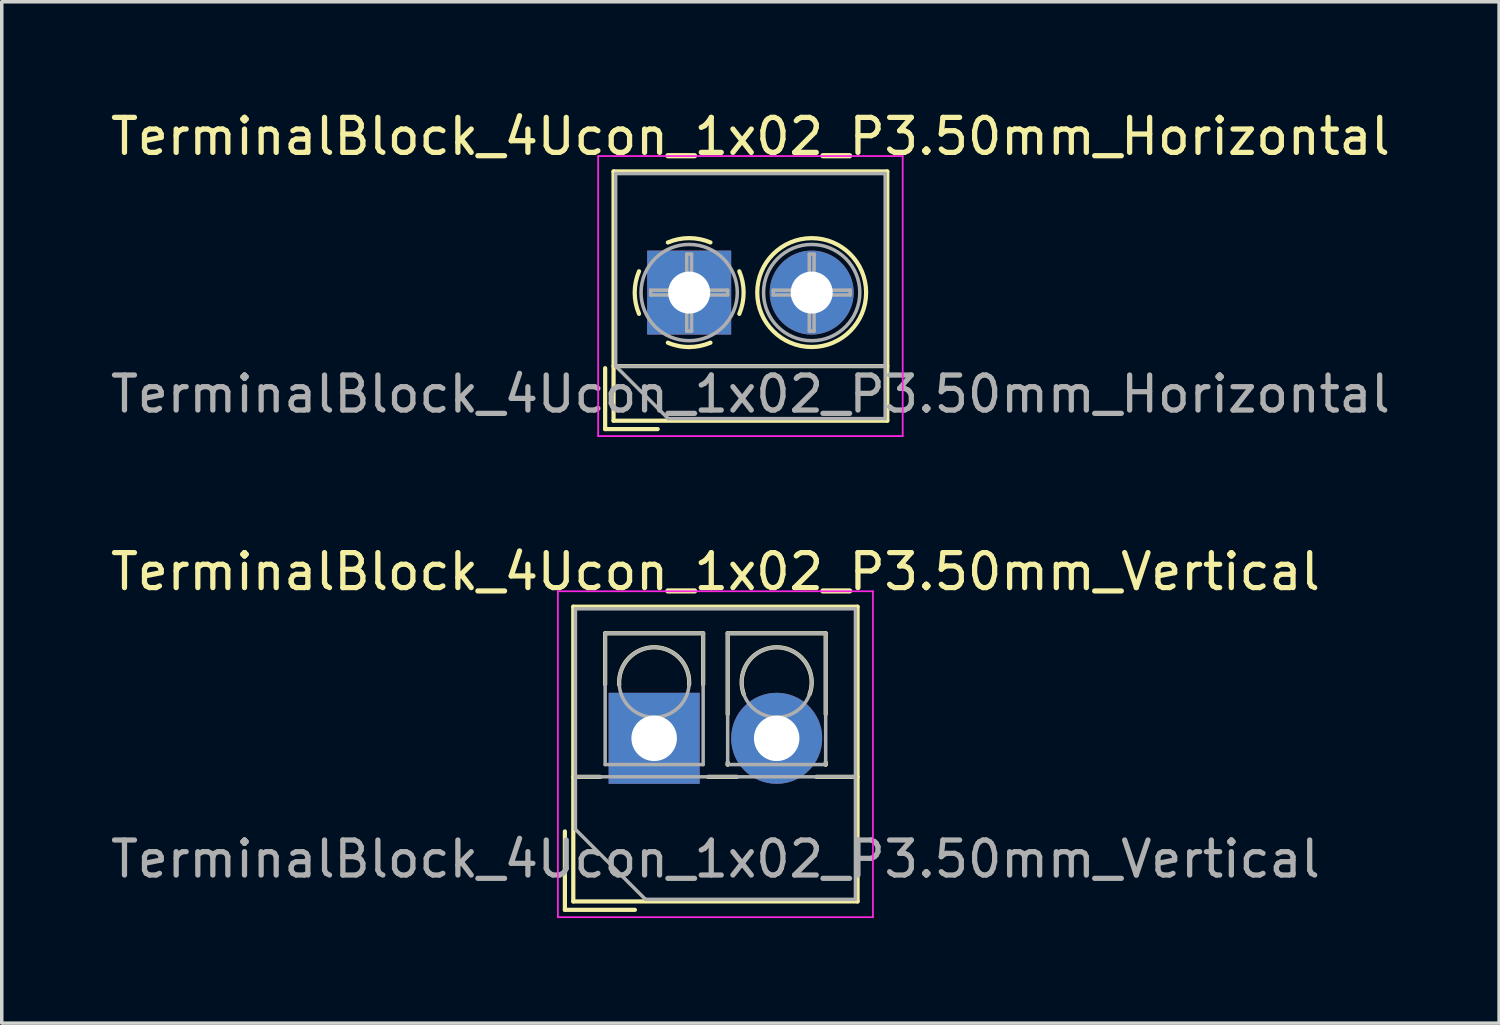
<source format=kicad_pcb>
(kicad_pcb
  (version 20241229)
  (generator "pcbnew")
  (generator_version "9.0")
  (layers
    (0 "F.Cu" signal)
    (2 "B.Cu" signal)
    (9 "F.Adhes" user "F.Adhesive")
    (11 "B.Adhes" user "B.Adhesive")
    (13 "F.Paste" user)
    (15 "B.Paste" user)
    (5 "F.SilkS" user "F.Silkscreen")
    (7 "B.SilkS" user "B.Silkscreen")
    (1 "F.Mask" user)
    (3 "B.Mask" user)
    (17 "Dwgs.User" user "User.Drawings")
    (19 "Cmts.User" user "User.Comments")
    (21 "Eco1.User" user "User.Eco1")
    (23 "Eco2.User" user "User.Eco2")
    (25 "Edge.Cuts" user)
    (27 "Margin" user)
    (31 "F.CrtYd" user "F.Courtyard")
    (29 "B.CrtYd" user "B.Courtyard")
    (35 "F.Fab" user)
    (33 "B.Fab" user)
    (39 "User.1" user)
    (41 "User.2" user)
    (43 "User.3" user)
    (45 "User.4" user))
  (footprint "TerminalBlock_4Ucon_1x02_P3.50mm_Horizontal"
    (layer "F.Cu")
    (at 16.637 5.308)
    (property "Reference" "TerminalBlock_4Ucon_1x02_P3.50mm_Horizontal" (at 1.75 -4.46 0) (layer "F.SilkS") (effects (font (size 1 1) (thickness 0.15))))
    (attr through_hole)
    (fp_line (start -2.4 2.16) (end -2.4 3.9) (stroke (width 0.12) (type solid)) (layer "F.SilkS"))
    (fp_line (start -2.4 3.9) (end -0.9 3.9) (stroke (width 0.12) (type solid)) (layer "F.SilkS"))
    (fp_line (start -2.16 -3.46) (end -2.16 3.66) (stroke (width 0.12) (type solid)) (layer "F.SilkS"))
    (fp_line (start -2.16 -3.46) (end 5.66 -3.46) (stroke (width 0.12) (type solid)) (layer "F.SilkS"))
    (fp_line (start -2.16 2.1) (end 5.66 2.1) (stroke (width 0.12) (type solid)) (layer "F.SilkS"))
    (fp_line (start -2.16 3.66) (end 5.66 3.66) (stroke (width 0.12) (type solid)) (layer "F.SilkS"))
    (fp_line (start 5.66 -3.46) (end 5.66 3.66) (stroke (width 0.12) (type solid)) (layer "F.SilkS"))
    (fp_arc (start -1.432109 0.607742) (mid -1.555727 -0.00014) (end -1.432 -0.608) (stroke (width 0.12) (type solid)) (layer "F.SilkS"))
    (fp_arc (start -0.607742 -1.432109) (mid 0.00014 -1.555727) (end 0.608 -1.432) (stroke (width 0.12) (type solid)) (layer "F.SilkS"))
    (fp_arc (start 0.027011 1.555493) (mid -0.296984 1.527118) (end -0.608 1.432) (stroke (width 0.12) (type solid)) (layer "F.SilkS"))
    (fp_arc (start 0.607587 1.431385) (mid 0.310017 1.523783) (end 0 1.555) (stroke (width 0.12) (type solid)) (layer "F.SilkS"))
    (fp_arc (start 1.432109 -0.607742) (mid 1.555727 0.00014) (end 1.432 0.608) (stroke (width 0.12) (type solid)) (layer "F.SilkS"))
    (fp_circle (center 3.5 0) (end 5.055 0) (stroke (width 0.12) (type solid)) (fill no) (layer "F.SilkS"))
    (fp_line (start -2.6 -3.9) (end -2.6 4.1) (stroke (width 0.05) (type solid)) (layer "F.CrtYd"))
    (fp_line (start -2.6 4.1) (end 6.1 4.1) (stroke (width 0.05) (type solid)) (layer "F.CrtYd"))
    (fp_line (start 6.1 -3.9) (end -2.6 -3.9) (stroke (width 0.05) (type solid)) (layer "F.CrtYd"))
    (fp_line (start 6.1 4.1) (end 6.1 -3.9) (stroke (width 0.05) (type solid)) (layer "F.CrtYd"))
    (fp_line (start -2.1 -3.4) (end 5.6 -3.4) (stroke (width 0.1) (type solid)) (layer "F.Fab"))
    (fp_line (start -2.1 2.1) (end -2.1 -3.4) (stroke (width 0.1) (type solid)) (layer "F.Fab"))
    (fp_line (start -2.1 2.1) (end 5.6 2.1) (stroke (width 0.1) (type solid)) (layer "F.Fab"))
    (fp_line (start -1.1 -0.069) (end -0.069 -0.069) (stroke (width 0.1) (type solid)) (layer "F.Fab"))
    (fp_line (start -1.1 0.069) (end -1.1 -0.069) (stroke (width 0.1) (type solid)) (layer "F.Fab"))
    (fp_line (start -0.6 3.6) (end -2.1 2.1) (stroke (width 0.1) (type solid)) (layer "F.Fab"))
    (fp_line (start -0.069 -1.1) (end 0.069 -1.1) (stroke (width 0.1) (type solid)) (layer "F.Fab"))
    (fp_line (start -0.069 -0.069) (end -0.069 -1.1) (stroke (width 0.1) (type solid)) (layer "F.Fab"))
    (fp_line (start -0.069 0.069) (end -1.1 0.069) (stroke (width 0.1) (type solid)) (layer "F.Fab"))
    (fp_line (start -0.069 1.1) (end -0.069 0.069) (stroke (width 0.1) (type solid)) (layer "F.Fab"))
    (fp_line (start 0.069 -1.1) (end 0.069 -0.069) (stroke (width 0.1) (type solid)) (layer "F.Fab"))
    (fp_line (start 0.069 -0.069) (end 1.1 -0.069) (stroke (width 0.1) (type solid)) (layer "F.Fab"))
    (fp_line (start 0.069 0.069) (end 0.069 1.1) (stroke (width 0.1) (type solid)) (layer "F.Fab"))
    (fp_line (start 0.069 1.1) (end -0.069 1.1) (stroke (width 0.1) (type solid)) (layer "F.Fab"))
    (fp_line (start 1.1 -0.069) (end 1.1 0.069) (stroke (width 0.1) (type solid)) (layer "F.Fab"))
    (fp_line (start 1.1 0.069) (end 0.069 0.069) (stroke (width 0.1) (type solid)) (layer "F.Fab"))
    (fp_line (start 2.4 -0.069) (end 3.431 -0.069) (stroke (width 0.1) (type solid)) (layer "F.Fab"))
    (fp_line (start 2.4 0.069) (end 2.4 -0.069) (stroke (width 0.1) (type solid)) (layer "F.Fab"))
    (fp_line (start 3.431 -1.1) (end 3.569 -1.1) (stroke (width 0.1) (type solid)) (layer "F.Fab"))
    (fp_line (start 3.431 -0.069) (end 3.431 -1.1) (stroke (width 0.1) (type solid)) (layer "F.Fab"))
    (fp_line (start 3.431 0.069) (end 2.4 0.069) (stroke (width 0.1) (type solid)) (layer "F.Fab"))
    (fp_line (start 3.431 1.1) (end 3.431 0.069) (stroke (width 0.1) (type solid)) (layer "F.Fab"))
    (fp_line (start 3.569 -1.1) (end 3.569 -0.069) (stroke (width 0.1) (type solid)) (layer "F.Fab"))
    (fp_line (start 3.569 -0.069) (end 4.6 -0.069) (stroke (width 0.1) (type solid)) (layer "F.Fab"))
    (fp_line (start 3.569 0.069) (end 3.569 1.1) (stroke (width 0.1) (type solid)) (layer "F.Fab"))
    (fp_line (start 3.569 1.1) (end 3.431 1.1) (stroke (width 0.1) (type solid)) (layer "F.Fab"))
    (fp_line (start 4.6 -0.069) (end 4.6 0.069) (stroke (width 0.1) (type solid)) (layer "F.Fab"))
    (fp_line (start 4.6 0.069) (end 3.569 0.069) (stroke (width 0.1) (type solid)) (layer "F.Fab"))
    (fp_line (start 5.6 -3.4) (end 5.6 3.6) (stroke (width 0.1) (type solid)) (layer "F.Fab"))
    (fp_line (start 5.6 3.6) (end -0.6 3.6) (stroke (width 0.1) (type solid)) (layer "F.Fab"))
    (fp_circle (center 0 0) (end 1.375 0) (stroke (width 0.1) (type solid)) (fill no) (layer "F.Fab"))
    (fp_circle (center 3.5 0) (end 4.875 0) (stroke (width 0.1) (type solid)) (fill no) (layer "F.Fab"))
    (fp_text user "${REFERENCE}" (at 1.75 2.9 0) (layer "F.Fab") (effects (font (size 1 1) (thickness 0.15))))
    (pad "1" thru_hole rect (at 0 0) (size 2.4 2.4) (drill 1.2) (layers "*.Cu" "*.Mask"))
    (pad "2" thru_hole circle (at 3.5 0) (size 2.4 2.4) (drill 1.2) (layers "*.Cu" "*.Mask")))
  (footprint "TerminalBlock_4Ucon_1x02_P3.50mm_Vertical"
    (layer "F.Cu")
    (at 15.637 18.041)
    (property "Reference" "TerminalBlock_4Ucon_1x02_P3.50mm_Vertical" (at 1.75 -4.76 0) (layer "F.SilkS") (effects (font (size 1 1) (thickness 0.15))))
    (attr through_hole)
    (fp_line (start -2.55 2.66) (end -2.55 4.9) (stroke (width 0.12) (type solid)) (layer "F.SilkS"))
    (fp_line (start -2.55 4.9) (end -0.55 4.9) (stroke (width 0.12) (type solid)) (layer "F.SilkS"))
    (fp_line (start -2.31 -3.76) (end -2.31 4.66) (stroke (width 0.12) (type solid)) (layer "F.SilkS"))
    (fp_line (start -2.31 -3.76) (end 5.81 -3.76) (stroke (width 0.12) (type solid)) (layer "F.SilkS"))
    (fp_line (start -2.31 1.101) (end -1.54 1.101) (stroke (width 0.12) (type solid)) (layer "F.SilkS"))
    (fp_line (start -2.31 4.66) (end 5.81 4.66) (stroke (width 0.12) (type solid)) (layer "F.SilkS"))
    (fp_line (start -1.4 -3) (end -1.4 -1.54) (stroke (width 0.12) (type solid)) (layer "F.SilkS"))
    (fp_line (start -1.4 -3) (end 1.4 -3) (stroke (width 0.12) (type solid)) (layer "F.SilkS"))
    (fp_line (start 1.4 -3) (end 1.4 -1.54) (stroke (width 0.12) (type solid)) (layer "F.SilkS"))
    (fp_line (start 1.54 1.101) (end 2.367 1.101) (stroke (width 0.12) (type solid)) (layer "F.SilkS"))
    (fp_line (start 2.1 -3) (end 2.1 -0.689) (stroke (width 0.12) (type solid)) (layer "F.SilkS"))
    (fp_line (start 2.1 -3) (end 4.9 -3) (stroke (width 0.12) (type solid)) (layer "F.SilkS"))
    (fp_line (start 2.1 0.689) (end 2.1 0.75) (stroke (width 0.12) (type solid)) (layer "F.SilkS"))
    (fp_line (start 2.1 0.75) (end 2.101 0.75) (stroke (width 0.12) (type solid)) (layer "F.SilkS"))
    (fp_line (start 4.634 1.101) (end 5.81 1.101) (stroke (width 0.12) (type solid)) (layer "F.SilkS"))
    (fp_line (start 4.9 -3) (end 4.9 -0.689) (stroke (width 0.12) (type solid)) (layer "F.SilkS"))
    (fp_line (start 4.9 0.689) (end 4.9 0.75) (stroke (width 0.12) (type solid)) (layer "F.SilkS"))
    (fp_line (start 4.9 0.75) (end 4.9 0.75) (stroke (width 0.12) (type solid)) (layer "F.SilkS"))
    (fp_line (start 5.81 -3.76) (end 5.81 4.66) (stroke (width 0.12) (type solid)) (layer "F.SilkS"))
    (fp_arc (start -0.99789 -1.529434) (mid -0.000785 -2.600382) (end 0.998 -1.531) (stroke (width 0.12) (type solid)) (layer "F.SilkS"))
    (fp_arc (start 2.560085 -1.257767) (mid 3.499876 -2.600282) (end 4.44 -1.258) (stroke (width 0.12) (type solid)) (layer "F.SilkS"))
    (fp_line (start -2.75 -4.2) (end -2.75 5.11) (stroke (width 0.05) (type solid)) (layer "F.CrtYd"))
    (fp_line (start -2.75 5.11) (end 6.25 5.11) (stroke (width 0.05) (type solid)) (layer "F.CrtYd"))
    (fp_line (start 6.25 -4.2) (end -2.75 -4.2) (stroke (width 0.05) (type solid)) (layer "F.CrtYd"))
    (fp_line (start 6.25 5.11) (end 6.25 -4.2) (stroke (width 0.05) (type solid)) (layer "F.CrtYd"))
    (fp_line (start -2.25 -3.7) (end 5.75 -3.7) (stroke (width 0.1) (type solid)) (layer "F.Fab"))
    (fp_line (start -2.25 1.1) (end 5.75 1.1) (stroke (width 0.1) (type solid)) (layer "F.Fab"))
    (fp_line (start -2.25 2.6) (end -2.25 -3.7) (stroke (width 0.1) (type solid)) (layer "F.Fab"))
    (fp_line (start -1.4 -3) (end -1.4 0.75) (stroke (width 0.1) (type solid)) (layer "F.Fab"))
    (fp_line (start -1.4 0.75) (end 1.4 0.75) (stroke (width 0.1) (type solid)) (layer "F.Fab"))
    (fp_line (start -0.25 4.6) (end -2.25 2.6) (stroke (width 0.1) (type solid)) (layer "F.Fab"))
    (fp_line (start 1.4 -3) (end -1.4 -3) (stroke (width 0.1) (type solid)) (layer "F.Fab"))
    (fp_line (start 1.4 0.75) (end 1.4 -3) (stroke (width 0.1) (type solid)) (layer "F.Fab"))
    (fp_line (start 2.1 -3) (end 2.1 0.75) (stroke (width 0.1) (type solid)) (layer "F.Fab"))
    (fp_line (start 2.1 0.75) (end 4.9 0.75) (stroke (width 0.1) (type solid)) (layer "F.Fab"))
    (fp_line (start 4.9 -3) (end 2.1 -3) (stroke (width 0.1) (type solid)) (layer "F.Fab"))
    (fp_line (start 4.9 0.75) (end 4.9 -3) (stroke (width 0.1) (type solid)) (layer "F.Fab"))
    (fp_line (start 5.75 -3.7) (end 5.75 4.6) (stroke (width 0.1) (type solid)) (layer "F.Fab"))
    (fp_line (start 5.75 4.6) (end -0.25 4.6) (stroke (width 0.1) (type solid)) (layer "F.Fab"))
    (fp_circle (center 0 -1.6) (end 1 -1.6) (stroke (width 0.1) (type solid)) (fill no) (layer "F.Fab"))
    (fp_circle (center 3.5 -1.6) (end 4.5 -1.6) (stroke (width 0.1) (type solid)) (fill no) (layer "F.Fab"))
    (fp_text user "${REFERENCE}" (at 1.75 3.45 0) (layer "F.Fab") (effects (font (size 1 1) (thickness 0.15))))
    (pad "1" thru_hole rect (at 0 0) (size 2.6 2.6) (drill 1.3) (layers "*.Cu" "*.Mask"))
    (pad "2" thru_hole circle (at 3.5 0) (size 2.6 2.6) (drill 1.3) (layers "*.Cu" "*.Mask")))
  (gr_rect
    (start -3 -3)
    (end 39.774 26.177)
    (stroke (width 0.1) (type default))
    (fill no)
    (layer "Edge.Cuts")))
</source>
